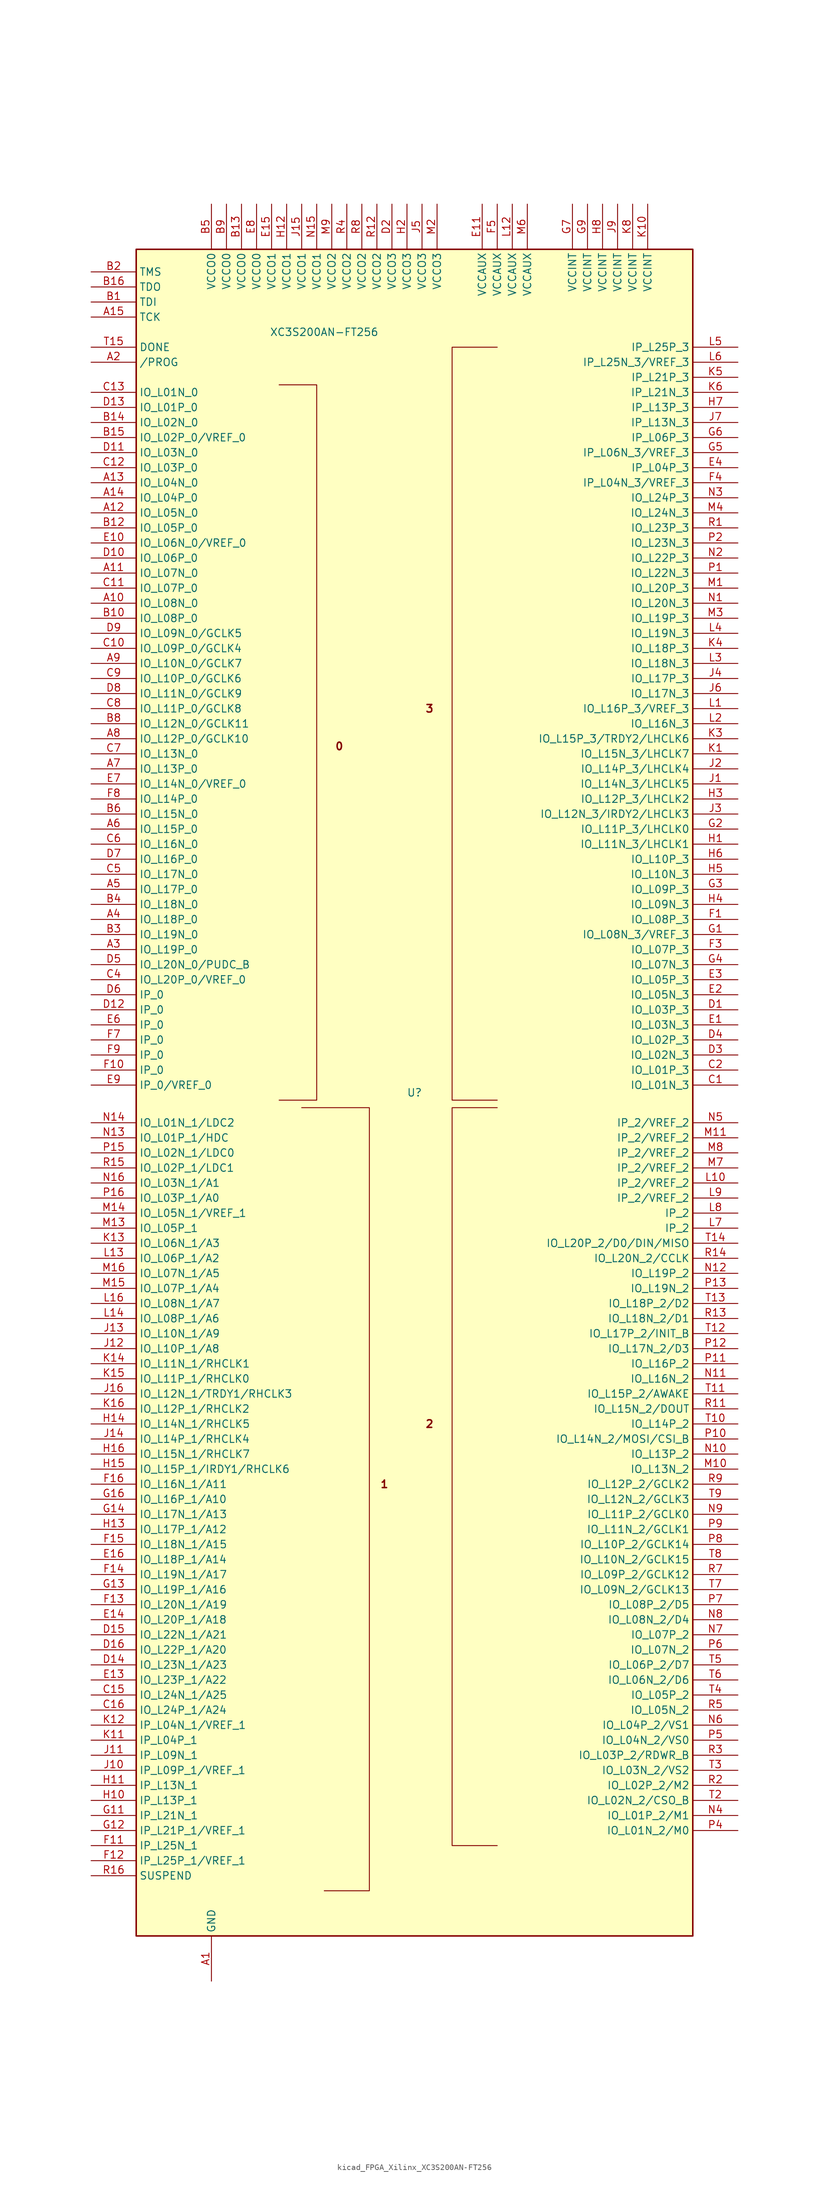
<source format=kicad_sym>
(kicad_symbol_lib
  (version 20220914)
  (generator kicad_symbol_editor)
  (symbol "kicad_FPGA_Xilinx_XC3S200AN-FT256"
    (property "Reference" "U"
      (at 0 0 0)
      (effects (font (size 1.27 1.27))))
    (property "Value" "XC3S200AN-FT256"
      (at -15.24 128.27 0)
      (effects (font (size 1.27 1.27))))
    (symbol "kicad_FPGA_Xilinx_XC3S200AN-FT256_0_0"
      (text "0" (at -12.7 58.42 0) (effects (font (size 1.27 1.27) bold)))
      (text "1" (at -5.08 -66.04 0) (effects (font (size 1.27 1.27) bold)))
      (text "2" (at 2.54 -55.88 0) (effects (font (size 1.27 1.27) bold)))
      (text "3" (at 2.54 64.77 0) (effects (font (size 1.27 1.27) bold))))
    (symbol "kicad_FPGA_Xilinx_XC3S200AN-FT256_0_1"
      (rectangle (start -46.99 142.24) (end 46.99 -142.24) (stroke (width 0.254) (type default)) (fill (type background)))
      (polyline (pts (xy -22.86 119.38) (xy -16.51 119.38) (xy -16.51 -1.27) (xy -22.86 -1.27) (xy -22.86 -1.27)) (stroke (width 0) (type default)) (fill (type none)))
      (polyline (pts (xy -19.05 -2.54) (xy -7.62 -2.54) (xy -7.62 -134.62) (xy -15.24 -134.62) (xy -15.24 -134.62)) (stroke (width 0) (type default)) (fill (type none)))
      (polyline (pts (xy 13.97 -2.54) (xy 6.35 -2.54) (xy 6.35 -127) (xy 13.97 -127) (xy 13.97 -127)) (stroke (width 0) (type default)) (fill (type none)))
      (polyline (pts (xy 13.97 125.73) (xy 6.35 125.73) (xy 6.35 -1.27) (xy 13.97 -1.27) (xy 13.97 -1.27)) (stroke (width 0) (type default)) (fill (type none))))
    (symbol "kicad_FPGA_Xilinx_XC3S200AN-FT256_1_1"
      (pin power_in line (at -34.29 -149.86 90) (length 7.62) (name "GND" (effects (font (size 1.27 1.27)))) (number "A1" (effects (font (size 1.27 1.27)))))
      (pin bidirectional line (at -54.61 82.55 0) (length 7.62) (name "IO_L08N_0" (effects (font (size 1.27 1.27)))) (number "A10" (effects (font (size 1.27 1.27)))))
      (pin bidirectional line (at -54.61 87.63 0) (length 7.62) (name "IO_L07N_0" (effects (font (size 1.27 1.27)))) (number "A11" (effects (font (size 1.27 1.27)))))
      (pin bidirectional line (at -54.61 97.79 0) (length 7.62) (name "IO_L05N_0" (effects (font (size 1.27 1.27)))) (number "A12" (effects (font (size 1.27 1.27)))))
      (pin bidirectional line (at -54.61 102.87 0) (length 7.62) (name "IO_L04N_0" (effects (font (size 1.27 1.27)))) (number "A13" (effects (font (size 1.27 1.27)))))
      (pin bidirectional line (at -54.61 100.33 0) (length 7.62) (name "IO_L04P_0" (effects (font (size 1.27 1.27)))) (number "A14" (effects (font (size 1.27 1.27)))))
      (pin input line (at -54.61 130.81 0) (length 7.62) (name "TCK" (effects (font (size 1.27 1.27)))) (number "A15" (effects (font (size 1.27 1.27)))))
      (pin passive line (at -34.29 -149.86 90) (length 7.62) hide (name "GND" (effects (font (size 1.27 1.27)))) (number "A16" (effects (font (size 1.27 1.27)))))
      (pin bidirectional line (at -54.61 123.19 0) (length 7.62) (name "/PROG" (effects (font (size 1.27 1.27)))) (number "A2" (effects (font (size 1.27 1.27)))))
      (pin bidirectional line (at -54.61 24.13 0) (length 7.62) (name "IO_L19P_0" (effects (font (size 1.27 1.27)))) (number "A3" (effects (font (size 1.27 1.27)))))
      (pin bidirectional line (at -54.61 29.21 0) (length 7.62) (name "IO_L18P_0" (effects (font (size 1.27 1.27)))) (number "A4" (effects (font (size 1.27 1.27)))))
      (pin bidirectional line (at -54.61 34.29 0) (length 7.62) (name "IO_L17P_0" (effects (font (size 1.27 1.27)))) (number "A5" (effects (font (size 1.27 1.27)))))
      (pin bidirectional line (at -54.61 44.45 0) (length 7.62) (name "IO_L15P_0" (effects (font (size 1.27 1.27)))) (number "A6" (effects (font (size 1.27 1.27)))))
      (pin bidirectional line (at -54.61 54.61 0) (length 7.62) (name "IO_L13P_0" (effects (font (size 1.27 1.27)))) (number "A7" (effects (font (size 1.27 1.27)))))
      (pin bidirectional line (at -54.61 59.69 0) (length 7.62) (name "IO_L12P_0/GCLK10" (effects (font (size 1.27 1.27)))) (number "A8" (effects (font (size 1.27 1.27)))))
      (pin bidirectional line (at -54.61 72.39 0) (length 7.62) (name "IO_L10N_0/GCLK7" (effects (font (size 1.27 1.27)))) (number "A9" (effects (font (size 1.27 1.27)))))
      (pin input line (at -54.61 133.35 0) (length 7.62) (name "TDI" (effects (font (size 1.27 1.27)))) (number "B1" (effects (font (size 1.27 1.27)))))
      (pin bidirectional line (at -54.61 80.01 0) (length 7.62) (name "IO_L08P_0" (effects (font (size 1.27 1.27)))) (number "B10" (effects (font (size 1.27 1.27)))))
      (pin passive line (at -34.29 -149.86 90) (length 7.62) hide (name "GND" (effects (font (size 1.27 1.27)))) (number "B11" (effects (font (size 1.27 1.27)))))
      (pin bidirectional line (at -54.61 95.25 0) (length 7.62) (name "IO_L05P_0" (effects (font (size 1.27 1.27)))) (number "B12" (effects (font (size 1.27 1.27)))))
      (pin power_in line (at -29.21 149.86 270) (length 7.62) (name "VCCO0" (effects (font (size 1.27 1.27)))) (number "B13" (effects (font (size 1.27 1.27)))))
      (pin bidirectional line (at -54.61 113.03 0) (length 7.62) (name "IO_L02N_0" (effects (font (size 1.27 1.27)))) (number "B14" (effects (font (size 1.27 1.27)))))
      (pin bidirectional line (at -54.61 110.49 0) (length 7.62) (name "IO_L02P_0/VREF_0" (effects (font (size 1.27 1.27)))) (number "B15" (effects (font (size 1.27 1.27)))))
      (pin output line (at -54.61 135.89 0) (length 7.62) (name "TDO" (effects (font (size 1.27 1.27)))) (number "B16" (effects (font (size 1.27 1.27)))))
      (pin input line (at -54.61 138.43 0) (length 7.62) (name "TMS" (effects (font (size 1.27 1.27)))) (number "B2" (effects (font (size 1.27 1.27)))))
      (pin bidirectional line (at -54.61 26.67 0) (length 7.62) (name "IO_L19N_0" (effects (font (size 1.27 1.27)))) (number "B3" (effects (font (size 1.27 1.27)))))
      (pin bidirectional line (at -54.61 31.75 0) (length 7.62) (name "IO_L18N_0" (effects (font (size 1.27 1.27)))) (number "B4" (effects (font (size 1.27 1.27)))))
      (pin power_in line (at -34.29 149.86 270) (length 7.62) (name "VCCO0" (effects (font (size 1.27 1.27)))) (number "B5" (effects (font (size 1.27 1.27)))))
      (pin bidirectional line (at -54.61 46.99 0) (length 7.62) (name "IO_L15N_0" (effects (font (size 1.27 1.27)))) (number "B6" (effects (font (size 1.27 1.27)))))
      (pin passive line (at -34.29 -149.86 90) (length 7.62) hide (name "GND" (effects (font (size 1.27 1.27)))) (number "B7" (effects (font (size 1.27 1.27)))))
      (pin bidirectional line (at -54.61 62.23 0) (length 7.62) (name "IO_L12N_0/GCLK11" (effects (font (size 1.27 1.27)))) (number "B8" (effects (font (size 1.27 1.27)))))
      (pin power_in line (at -31.75 149.86 270) (length 7.62) (name "VCCO0" (effects (font (size 1.27 1.27)))) (number "B9" (effects (font (size 1.27 1.27)))))
      (pin bidirectional line (at 54.61 1.27 180) (length 7.62) (name "IO_L01N_3" (effects (font (size 1.27 1.27)))) (number "C1" (effects (font (size 1.27 1.27)))))
      (pin bidirectional line (at -54.61 74.93 0) (length 7.62) (name "IO_L09P_0/GCLK4" (effects (font (size 1.27 1.27)))) (number "C10" (effects (font (size 1.27 1.27)))))
      (pin bidirectional line (at -54.61 85.09 0) (length 7.62) (name "IO_L07P_0" (effects (font (size 1.27 1.27)))) (number "C11" (effects (font (size 1.27 1.27)))))
      (pin bidirectional line (at -54.61 105.41 0) (length 7.62) (name "IO_L03P_0" (effects (font (size 1.27 1.27)))) (number "C12" (effects (font (size 1.27 1.27)))))
      (pin bidirectional line (at -54.61 118.11 0) (length 7.62) (name "IO_L01N_0" (effects (font (size 1.27 1.27)))) (number "C13" (effects (font (size 1.27 1.27)))))
      (pin passive line (at -34.29 -149.86 90) (length 7.62) hide (name "GND" (effects (font (size 1.27 1.27)))) (number "C14" (effects (font (size 1.27 1.27)))))
      (pin bidirectional line (at -54.61 -101.6 0) (length 7.62) (name "IO_L24N_1/A25" (effects (font (size 1.27 1.27)))) (number "C15" (effects (font (size 1.27 1.27)))))
      (pin bidirectional line (at -54.61 -104.14 0) (length 7.62) (name "IO_L24P_1/A24" (effects (font (size 1.27 1.27)))) (number "C16" (effects (font (size 1.27 1.27)))))
      (pin bidirectional line (at 54.61 3.81 180) (length 7.62) (name "IO_L01P_3" (effects (font (size 1.27 1.27)))) (number "C2" (effects (font (size 1.27 1.27)))))
      (pin passive line (at -34.29 -149.86 90) (length 7.62) hide (name "GND" (effects (font (size 1.27 1.27)))) (number "C3" (effects (font (size 1.27 1.27)))))
      (pin bidirectional line (at -54.61 19.05 0) (length 7.62) (name "IO_L20P_0/VREF_0" (effects (font (size 1.27 1.27)))) (number "C4" (effects (font (size 1.27 1.27)))))
      (pin bidirectional line (at -54.61 36.83 0) (length 7.62) (name "IO_L17N_0" (effects (font (size 1.27 1.27)))) (number "C5" (effects (font (size 1.27 1.27)))))
      (pin bidirectional line (at -54.61 41.91 0) (length 7.62) (name "IO_L16N_0" (effects (font (size 1.27 1.27)))) (number "C6" (effects (font (size 1.27 1.27)))))
      (pin bidirectional line (at -54.61 57.15 0) (length 7.62) (name "IO_L13N_0" (effects (font (size 1.27 1.27)))) (number "C7" (effects (font (size 1.27 1.27)))))
      (pin bidirectional line (at -54.61 64.77 0) (length 7.62) (name "IO_L11P_0/GCLK8" (effects (font (size 1.27 1.27)))) (number "C8" (effects (font (size 1.27 1.27)))))
      (pin bidirectional line (at -54.61 69.85 0) (length 7.62) (name "IO_L10P_0/GCLK6" (effects (font (size 1.27 1.27)))) (number "C9" (effects (font (size 1.27 1.27)))))
      (pin bidirectional line (at 54.61 13.97 180) (length 7.62) (name "IO_L03P_3" (effects (font (size 1.27 1.27)))) (number "D1" (effects (font (size 1.27 1.27)))))
      (pin bidirectional line (at -54.61 90.17 0) (length 7.62) (name "IO_L06P_0" (effects (font (size 1.27 1.27)))) (number "D10" (effects (font (size 1.27 1.27)))))
      (pin bidirectional line (at -54.61 107.95 0) (length 7.62) (name "IO_L03N_0" (effects (font (size 1.27 1.27)))) (number "D11" (effects (font (size 1.27 1.27)))))
      (pin input line (at -54.61 13.97 0) (length 7.62) (name "IP_0" (effects (font (size 1.27 1.27)))) (number "D12" (effects (font (size 1.27 1.27)))))
      (pin bidirectional line (at -54.61 115.57 0) (length 7.62) (name "IO_L01P_0" (effects (font (size 1.27 1.27)))) (number "D13" (effects (font (size 1.27 1.27)))))
      (pin bidirectional line (at -54.61 -96.52 0) (length 7.62) (name "IO_L23N_1/A23" (effects (font (size 1.27 1.27)))) (number "D14" (effects (font (size 1.27 1.27)))))
      (pin bidirectional line (at -54.61 -91.44 0) (length 7.62) (name "IO_L22N_1/A21" (effects (font (size 1.27 1.27)))) (number "D15" (effects (font (size 1.27 1.27)))))
      (pin bidirectional line (at -54.61 -93.98 0) (length 7.62) (name "IO_L22P_1/A20" (effects (font (size 1.27 1.27)))) (number "D16" (effects (font (size 1.27 1.27)))))
      (pin passive line (at -3.81 149.86 270) (length 7.62) (name "VCCO3" (effects (font (size 1.27 1.27)))) (number "D2" (effects (font (size 1.27 1.27)))))
      (pin bidirectional line (at 54.61 6.35 180) (length 7.62) (name "IO_L02N_3" (effects (font (size 1.27 1.27)))) (number "D3" (effects (font (size 1.27 1.27)))))
      (pin bidirectional line (at 54.61 8.89 180) (length 7.62) (name "IO_L02P_3" (effects (font (size 1.27 1.27)))) (number "D4" (effects (font (size 1.27 1.27)))))
      (pin bidirectional line (at -54.61 21.59 0) (length 7.62) (name "IO_L20N_0/PUDC_B" (effects (font (size 1.27 1.27)))) (number "D5" (effects (font (size 1.27 1.27)))))
      (pin input line (at -54.61 16.51 0) (length 7.62) (name "IP_0" (effects (font (size 1.27 1.27)))) (number "D6" (effects (font (size 1.27 1.27)))))
      (pin bidirectional line (at -54.61 39.37 0) (length 7.62) (name "IO_L16P_0" (effects (font (size 1.27 1.27)))) (number "D7" (effects (font (size 1.27 1.27)))))
      (pin bidirectional line (at -54.61 67.31 0) (length 7.62) (name "IO_L11N_0/GCLK9" (effects (font (size 1.27 1.27)))) (number "D8" (effects (font (size 1.27 1.27)))))
      (pin bidirectional line (at -54.61 77.47 0) (length 7.62) (name "IO_L09N_0/GCLK5" (effects (font (size 1.27 1.27)))) (number "D9" (effects (font (size 1.27 1.27)))))
      (pin bidirectional line (at 54.61 11.43 180) (length 7.62) (name "IO_L03N_3" (effects (font (size 1.27 1.27)))) (number "E1" (effects (font (size 1.27 1.27)))))
      (pin bidirectional line (at -54.61 92.71 0) (length 7.62) (name "IO_L06N_0/VREF_0" (effects (font (size 1.27 1.27)))) (number "E10" (effects (font (size 1.27 1.27)))))
      (pin power_in line (at 11.43 149.86 270) (length 7.62) (name "VCCAUX" (effects (font (size 1.27 1.27)))) (number "E11" (effects (font (size 1.27 1.27)))))
      (pin passive line (at -34.29 -149.86 90) (length 7.62) hide (name "GND" (effects (font (size 1.27 1.27)))) (number "E12" (effects (font (size 1.27 1.27)))))
      (pin bidirectional line (at -54.61 -99.06 0) (length 7.62) (name "IO_L23P_1/A22" (effects (font (size 1.27 1.27)))) (number "E13" (effects (font (size 1.27 1.27)))))
      (pin bidirectional line (at -54.61 -88.9 0) (length 7.62) (name "IO_L20P_1/A18" (effects (font (size 1.27 1.27)))) (number "E14" (effects (font (size 1.27 1.27)))))
      (pin power_in line (at -24.13 149.86 270) (length 7.62) (name "VCCO1" (effects (font (size 1.27 1.27)))) (number "E15" (effects (font (size 1.27 1.27)))))
      (pin bidirectional line (at -54.61 -78.74 0) (length 7.62) (name "IO_L18P_1/A14" (effects (font (size 1.27 1.27)))) (number "E16" (effects (font (size 1.27 1.27)))))
      (pin bidirectional line (at 54.61 16.51 180) (length 7.62) (name "IO_L05N_3" (effects (font (size 1.27 1.27)))) (number "E2" (effects (font (size 1.27 1.27)))))
      (pin bidirectional line (at 54.61 19.05 180) (length 7.62) (name "IO_L05P_3" (effects (font (size 1.27 1.27)))) (number "E3" (effects (font (size 1.27 1.27)))))
      (pin input line (at 54.61 105.41 180) (length 7.62) (name "IP_L04P_3" (effects (font (size 1.27 1.27)))) (number "E4" (effects (font (size 1.27 1.27)))))
      (pin passive line (at -34.29 -149.86 90) (length 7.62) hide (name "GND" (effects (font (size 1.27 1.27)))) (number "E5" (effects (font (size 1.27 1.27)))))
      (pin input line (at -54.61 11.43 0) (length 7.62) (name "IP_0" (effects (font (size 1.27 1.27)))) (number "E6" (effects (font (size 1.27 1.27)))))
      (pin bidirectional line (at -54.61 52.07 0) (length 7.62) (name "IO_L14N_0/VREF_0" (effects (font (size 1.27 1.27)))) (number "E7" (effects (font (size 1.27 1.27)))))
      (pin power_in line (at -26.67 149.86 270) (length 7.62) (name "VCCO0" (effects (font (size 1.27 1.27)))) (number "E8" (effects (font (size 1.27 1.27)))))
      (pin input line (at -54.61 1.27 0) (length 7.62) (name "IP_0/VREF_0" (effects (font (size 1.27 1.27)))) (number "E9" (effects (font (size 1.27 1.27)))))
      (pin bidirectional line (at 54.61 29.21 180) (length 7.62) (name "IO_L08P_3" (effects (font (size 1.27 1.27)))) (number "F1" (effects (font (size 1.27 1.27)))))
      (pin input line (at -54.61 3.81 0) (length 7.62) (name "IP_0" (effects (font (size 1.27 1.27)))) (number "F10" (effects (font (size 1.27 1.27)))))
      (pin input line (at -54.61 -127 0) (length 7.62) (name "IP_L25N_1" (effects (font (size 1.27 1.27)))) (number "F11" (effects (font (size 1.27 1.27)))))
      (pin input line (at -54.61 -129.54 0) (length 7.62) (name "IP_L25P_1/VREF_1" (effects (font (size 1.27 1.27)))) (number "F12" (effects (font (size 1.27 1.27)))))
      (pin bidirectional line (at -54.61 -86.36 0) (length 7.62) (name "IO_L20N_1/A19" (effects (font (size 1.27 1.27)))) (number "F13" (effects (font (size 1.27 1.27)))))
      (pin bidirectional line (at -54.61 -81.28 0) (length 7.62) (name "IO_L19N_1/A17" (effects (font (size 1.27 1.27)))) (number "F14" (effects (font (size 1.27 1.27)))))
      (pin bidirectional line (at -54.61 -76.2 0) (length 7.62) (name "IO_L18N_1/A15" (effects (font (size 1.27 1.27)))) (number "F15" (effects (font (size 1.27 1.27)))))
      (pin bidirectional line (at -54.61 -66.04 0) (length 7.62) (name "IO_L16N_1/A11" (effects (font (size 1.27 1.27)))) (number "F16" (effects (font (size 1.27 1.27)))))
      (pin passive line (at -34.29 -149.86 90) (length 7.62) hide (name "GND" (effects (font (size 1.27 1.27)))) (number "F2" (effects (font (size 1.27 1.27)))))
      (pin bidirectional line (at 54.61 24.13 180) (length 7.62) (name "IO_L07P_3" (effects (font (size 1.27 1.27)))) (number "F3" (effects (font (size 1.27 1.27)))))
      (pin input line (at 54.61 102.87 180) (length 7.62) (name "IP_L04N_3/VREF_3" (effects (font (size 1.27 1.27)))) (number "F4" (effects (font (size 1.27 1.27)))))
      (pin power_in line (at 13.97 149.86 270) (length 7.62) (name "VCCAUX" (effects (font (size 1.27 1.27)))) (number "F5" (effects (font (size 1.27 1.27)))))
      (pin passive line (at -34.29 -149.86 90) (length 7.62) hide (name "GND" (effects (font (size 1.27 1.27)))) (number "F6" (effects (font (size 1.27 1.27)))))
      (pin input line (at -54.61 8.89 0) (length 7.62) (name "IP_0" (effects (font (size 1.27 1.27)))) (number "F7" (effects (font (size 1.27 1.27)))))
      (pin bidirectional line (at -54.61 49.53 0) (length 7.62) (name "IO_L14P_0" (effects (font (size 1.27 1.27)))) (number "F8" (effects (font (size 1.27 1.27)))))
      (pin input line (at -54.61 6.35 0) (length 7.62) (name "IP_0" (effects (font (size 1.27 1.27)))) (number "F9" (effects (font (size 1.27 1.27)))))
      (pin bidirectional line (at 54.61 26.67 180) (length 7.62) (name "IO_L08N_3/VREF_3" (effects (font (size 1.27 1.27)))) (number "G1" (effects (font (size 1.27 1.27)))))
      (pin passive line (at -34.29 -149.86 90) (length 7.62) hide (name "GND" (effects (font (size 1.27 1.27)))) (number "G10" (effects (font (size 1.27 1.27)))))
      (pin input line (at -54.61 -121.92 0) (length 7.62) (name "IP_L21N_1" (effects (font (size 1.27 1.27)))) (number "G11" (effects (font (size 1.27 1.27)))))
      (pin input line (at -54.61 -124.46 0) (length 7.62) (name "IP_L21P_1/VREF_1" (effects (font (size 1.27 1.27)))) (number "G12" (effects (font (size 1.27 1.27)))))
      (pin bidirectional line (at -54.61 -83.82 0) (length 7.62) (name "IO_L19P_1/A16" (effects (font (size 1.27 1.27)))) (number "G13" (effects (font (size 1.27 1.27)))))
      (pin bidirectional line (at -54.61 -71.12 0) (length 7.62) (name "IO_L17N_1/A13" (effects (font (size 1.27 1.27)))) (number "G14" (effects (font (size 1.27 1.27)))))
      (pin passive line (at -34.29 -149.86 90) (length 7.62) hide (name "GND" (effects (font (size 1.27 1.27)))) (number "G15" (effects (font (size 1.27 1.27)))))
      (pin bidirectional line (at -54.61 -68.58 0) (length 7.62) (name "IO_L16P_1/A10" (effects (font (size 1.27 1.27)))) (number "G16" (effects (font (size 1.27 1.27)))))
      (pin bidirectional line (at 54.61 44.45 180) (length 7.62) (name "IO_L11P_3/LHCLK0" (effects (font (size 1.27 1.27)))) (number "G2" (effects (font (size 1.27 1.27)))))
      (pin bidirectional line (at 54.61 34.29 180) (length 7.62) (name "IO_L09P_3" (effects (font (size 1.27 1.27)))) (number "G3" (effects (font (size 1.27 1.27)))))
      (pin bidirectional line (at 54.61 21.59 180) (length 7.62) (name "IO_L07N_3" (effects (font (size 1.27 1.27)))) (number "G4" (effects (font (size 1.27 1.27)))))
      (pin input line (at 54.61 107.95 180) (length 7.62) (name "IP_L06N_3/VREF_3" (effects (font (size 1.27 1.27)))) (number "G5" (effects (font (size 1.27 1.27)))))
      (pin input line (at 54.61 110.49 180) (length 7.62) (name "IP_L06P_3" (effects (font (size 1.27 1.27)))) (number "G6" (effects (font (size 1.27 1.27)))))
      (pin power_in line (at 26.67 149.86 270) (length 7.62) (name "VCCINT" (effects (font (size 1.27 1.27)))) (number "G7" (effects (font (size 1.27 1.27)))))
      (pin passive line (at -34.29 -149.86 90) (length 7.62) hide (name "GND" (effects (font (size 1.27 1.27)))) (number "G8" (effects (font (size 1.27 1.27)))))
      (pin power_in line (at 29.21 149.86 270) (length 7.62) (name "VCCINT" (effects (font (size 1.27 1.27)))) (number "G9" (effects (font (size 1.27 1.27)))))
      (pin bidirectional line (at 54.61 41.91 180) (length 7.62) (name "IO_L11N_3/LHCLK1" (effects (font (size 1.27 1.27)))) (number "H1" (effects (font (size 1.27 1.27)))))
      (pin input line (at -54.61 -119.38 0) (length 7.62) (name "IP_L13P_1" (effects (font (size 1.27 1.27)))) (number "H10" (effects (font (size 1.27 1.27)))))
      (pin input line (at -54.61 -116.84 0) (length 7.62) (name "IP_L13N_1" (effects (font (size 1.27 1.27)))) (number "H11" (effects (font (size 1.27 1.27)))))
      (pin power_in line (at -21.59 149.86 270) (length 7.62) (name "VCCO1" (effects (font (size 1.27 1.27)))) (number "H12" (effects (font (size 1.27 1.27)))))
      (pin bidirectional line (at -54.61 -73.66 0) (length 7.62) (name "IO_L17P_1/A12" (effects (font (size 1.27 1.27)))) (number "H13" (effects (font (size 1.27 1.27)))))
      (pin bidirectional line (at -54.61 -55.88 0) (length 7.62) (name "IO_L14N_1/RHCLK5" (effects (font (size 1.27 1.27)))) (number "H14" (effects (font (size 1.27 1.27)))))
      (pin bidirectional line (at -54.61 -63.5 0) (length 7.62) (name "IO_L15P_1/IRDY1/RHCLK6" (effects (font (size 1.27 1.27)))) (number "H15" (effects (font (size 1.27 1.27)))))
      (pin bidirectional line (at -54.61 -60.96 0) (length 7.62) (name "IO_L15N_1/RHCLK7" (effects (font (size 1.27 1.27)))) (number "H16" (effects (font (size 1.27 1.27)))))
      (pin power_in line (at -1.27 149.86 270) (length 7.62) (name "VCCO3" (effects (font (size 1.27 1.27)))) (number "H2" (effects (font (size 1.27 1.27)))))
      (pin bidirectional line (at 54.61 49.53 180) (length 7.62) (name "IO_L12P_3/LHCLK2" (effects (font (size 1.27 1.27)))) (number "H3" (effects (font (size 1.27 1.27)))))
      (pin bidirectional line (at 54.61 31.75 180) (length 7.62) (name "IO_L09N_3" (effects (font (size 1.27 1.27)))) (number "H4" (effects (font (size 1.27 1.27)))))
      (pin bidirectional line (at 54.61 36.83 180) (length 7.62) (name "IO_L10N_3" (effects (font (size 1.27 1.27)))) (number "H5" (effects (font (size 1.27 1.27)))))
      (pin bidirectional line (at 54.61 39.37 180) (length 7.62) (name "IO_L10P_3" (effects (font (size 1.27 1.27)))) (number "H6" (effects (font (size 1.27 1.27)))))
      (pin input line (at 54.61 115.57 180) (length 7.62) (name "IP_L13P_3" (effects (font (size 1.27 1.27)))) (number "H7" (effects (font (size 1.27 1.27)))))
      (pin power_in line (at 31.75 149.86 270) (length 7.62) (name "VCCINT" (effects (font (size 1.27 1.27)))) (number "H8" (effects (font (size 1.27 1.27)))))
      (pin passive line (at -34.29 -149.86 90) (length 7.62) hide (name "GND" (effects (font (size 1.27 1.27)))) (number "H9" (effects (font (size 1.27 1.27)))))
      (pin bidirectional line (at 54.61 52.07 180) (length 7.62) (name "IO_L14N_3/LHCLK5" (effects (font (size 1.27 1.27)))) (number "J1" (effects (font (size 1.27 1.27)))))
      (pin input line (at -54.61 -114.3 0) (length 7.62) (name "IP_L09P_1/VREF_1" (effects (font (size 1.27 1.27)))) (number "J10" (effects (font (size 1.27 1.27)))))
      (pin input line (at -54.61 -111.76 0) (length 7.62) (name "IP_L09N_1" (effects (font (size 1.27 1.27)))) (number "J11" (effects (font (size 1.27 1.27)))))
      (pin bidirectional line (at -54.61 -43.18 0) (length 7.62) (name "IO_L10P_1/A8" (effects (font (size 1.27 1.27)))) (number "J12" (effects (font (size 1.27 1.27)))))
      (pin bidirectional line (at -54.61 -40.64 0) (length 7.62) (name "IO_L10N_1/A9" (effects (font (size 1.27 1.27)))) (number "J13" (effects (font (size 1.27 1.27)))))
      (pin bidirectional line (at -54.61 -58.42 0) (length 7.62) (name "IO_L14P_1/RHCLK4" (effects (font (size 1.27 1.27)))) (number "J14" (effects (font (size 1.27 1.27)))))
      (pin power_in line (at -19.05 149.86 270) (length 7.62) (name "VCCO1" (effects (font (size 1.27 1.27)))) (number "J15" (effects (font (size 1.27 1.27)))))
      (pin bidirectional line (at -54.61 -50.8 0) (length 7.62) (name "IO_L12N_1/TRDY1/RHCLK3" (effects (font (size 1.27 1.27)))) (number "J16" (effects (font (size 1.27 1.27)))))
      (pin bidirectional line (at 54.61 54.61 180) (length 7.62) (name "IO_L14P_3/LHCLK4" (effects (font (size 1.27 1.27)))) (number "J2" (effects (font (size 1.27 1.27)))))
      (pin bidirectional line (at 54.61 46.99 180) (length 7.62) (name "IO_L12N_3/IRDY2/LHCLK3" (effects (font (size 1.27 1.27)))) (number "J3" (effects (font (size 1.27 1.27)))))
      (pin bidirectional line (at 54.61 69.85 180) (length 7.62) (name "IO_L17P_3" (effects (font (size 1.27 1.27)))) (number "J4" (effects (font (size 1.27 1.27)))))
      (pin power_in line (at 1.27 149.86 270) (length 7.62) (name "VCCO3" (effects (font (size 1.27 1.27)))) (number "J5" (effects (font (size 1.27 1.27)))))
      (pin bidirectional line (at 54.61 67.31 180) (length 7.62) (name "IO_L17N_3" (effects (font (size 1.27 1.27)))) (number "J6" (effects (font (size 1.27 1.27)))))
      (pin input line (at 54.61 113.03 180) (length 7.62) (name "IP_L13N_3" (effects (font (size 1.27 1.27)))) (number "J7" (effects (font (size 1.27 1.27)))))
      (pin passive line (at -34.29 -149.86 90) (length 7.62) hide (name "GND" (effects (font (size 1.27 1.27)))) (number "J8" (effects (font (size 1.27 1.27)))))
      (pin power_in line (at 34.29 149.86 270) (length 7.62) (name "VCCINT" (effects (font (size 1.27 1.27)))) (number "J9" (effects (font (size 1.27 1.27)))))
      (pin bidirectional line (at 54.61 57.15 180) (length 7.62) (name "IO_L15N_3/LHCLK7" (effects (font (size 1.27 1.27)))) (number "K1" (effects (font (size 1.27 1.27)))))
      (pin power_in line (at 39.37 149.86 270) (length 7.62) (name "VCCINT" (effects (font (size 1.27 1.27)))) (number "K10" (effects (font (size 1.27 1.27)))))
      (pin input line (at -54.61 -109.22 0) (length 7.62) (name "IP_L04P_1" (effects (font (size 1.27 1.27)))) (number "K11" (effects (font (size 1.27 1.27)))))
      (pin input line (at -54.61 -106.68 0) (length 7.62) (name "IP_L04N_1/VREF_1" (effects (font (size 1.27 1.27)))) (number "K12" (effects (font (size 1.27 1.27)))))
      (pin bidirectional line (at -54.61 -25.4 0) (length 7.62) (name "IO_L06N_1/A3" (effects (font (size 1.27 1.27)))) (number "K13" (effects (font (size 1.27 1.27)))))
      (pin bidirectional line (at -54.61 -45.72 0) (length 7.62) (name "IO_L11N_1/RHCLK1" (effects (font (size 1.27 1.27)))) (number "K14" (effects (font (size 1.27 1.27)))))
      (pin bidirectional line (at -54.61 -48.26 0) (length 7.62) (name "IO_L11P_1/RHCLK0" (effects (font (size 1.27 1.27)))) (number "K15" (effects (font (size 1.27 1.27)))))
      (pin bidirectional line (at -54.61 -53.34 0) (length 7.62) (name "IO_L12P_1/RHCLK2" (effects (font (size 1.27 1.27)))) (number "K16" (effects (font (size 1.27 1.27)))))
      (pin passive line (at -34.29 -149.86 90) (length 7.62) hide (name "GND" (effects (font (size 1.27 1.27)))) (number "K2" (effects (font (size 1.27 1.27)))))
      (pin bidirectional line (at 54.61 59.69 180) (length 7.62) (name "IO_L15P_3/TRDY2/LHCLK6" (effects (font (size 1.27 1.27)))) (number "K3" (effects (font (size 1.27 1.27)))))
      (pin bidirectional line (at 54.61 74.93 180) (length 7.62) (name "IO_L18P_3" (effects (font (size 1.27 1.27)))) (number "K4" (effects (font (size 1.27 1.27)))))
      (pin input line (at 54.61 120.65 180) (length 7.62) (name "IP_L21P_3" (effects (font (size 1.27 1.27)))) (number "K5" (effects (font (size 1.27 1.27)))))
      (pin input line (at 54.61 118.11 180) (length 7.62) (name "IP_L21N_3" (effects (font (size 1.27 1.27)))) (number "K6" (effects (font (size 1.27 1.27)))))
      (pin passive line (at -34.29 -149.86 90) (length 7.62) hide (name "GND" (effects (font (size 1.27 1.27)))) (number "K7" (effects (font (size 1.27 1.27)))))
      (pin power_in line (at 36.83 149.86 270) (length 7.62) (name "VCCINT" (effects (font (size 1.27 1.27)))) (number "K8" (effects (font (size 1.27 1.27)))))
      (pin passive line (at -34.29 -149.86 90) (length 7.62) hide (name "GND" (effects (font (size 1.27 1.27)))) (number "K9" (effects (font (size 1.27 1.27)))))
      (pin bidirectional line (at 54.61 64.77 180) (length 7.62) (name "IO_L16P_3/VREF_3" (effects (font (size 1.27 1.27)))) (number "L1" (effects (font (size 1.27 1.27)))))
      (pin input line (at 54.61 -15.24 180) (length 7.62) (name "IP_2/VREF_2" (effects (font (size 1.27 1.27)))) (number "L10" (effects (font (size 1.27 1.27)))))
      (pin passive line (at -34.29 -149.86 90) (length 7.62) hide (name "GND" (effects (font (size 1.27 1.27)))) (number "L11" (effects (font (size 1.27 1.27)))))
      (pin power_in line (at 16.51 149.86 270) (length 7.62) (name "VCCAUX" (effects (font (size 1.27 1.27)))) (number "L12" (effects (font (size 1.27 1.27)))))
      (pin bidirectional line (at -54.61 -27.94 0) (length 7.62) (name "IO_L06P_1/A2" (effects (font (size 1.27 1.27)))) (number "L13" (effects (font (size 1.27 1.27)))))
      (pin bidirectional line (at -54.61 -38.1 0) (length 7.62) (name "IO_L08P_1/A6" (effects (font (size 1.27 1.27)))) (number "L14" (effects (font (size 1.27 1.27)))))
      (pin passive line (at -34.29 -149.86 90) (length 7.62) hide (name "GND" (effects (font (size 1.27 1.27)))) (number "L15" (effects (font (size 1.27 1.27)))))
      (pin bidirectional line (at -54.61 -35.56 0) (length 7.62) (name "IO_L08N_1/A7" (effects (font (size 1.27 1.27)))) (number "L16" (effects (font (size 1.27 1.27)))))
      (pin bidirectional line (at 54.61 62.23 180) (length 7.62) (name "IO_L16N_3" (effects (font (size 1.27 1.27)))) (number "L2" (effects (font (size 1.27 1.27)))))
      (pin bidirectional line (at 54.61 72.39 180) (length 7.62) (name "IO_L18N_3" (effects (font (size 1.27 1.27)))) (number "L3" (effects (font (size 1.27 1.27)))))
      (pin bidirectional line (at 54.61 77.47 180) (length 7.62) (name "IO_L19N_3" (effects (font (size 1.27 1.27)))) (number "L4" (effects (font (size 1.27 1.27)))))
      (pin input line (at 54.61 125.73 180) (length 7.62) (name "IP_L25P_3" (effects (font (size 1.27 1.27)))) (number "L5" (effects (font (size 1.27 1.27)))))
      (pin input line (at 54.61 123.19 180) (length 7.62) (name "IP_L25N_3/VREF_3" (effects (font (size 1.27 1.27)))) (number "L6" (effects (font (size 1.27 1.27)))))
      (pin input line (at 54.61 -22.86 180) (length 7.62) (name "IP_2" (effects (font (size 1.27 1.27)))) (number "L7" (effects (font (size 1.27 1.27)))))
      (pin input line (at 54.61 -20.32 180) (length 7.62) (name "IP_2" (effects (font (size 1.27 1.27)))) (number "L8" (effects (font (size 1.27 1.27)))))
      (pin input line (at 54.61 -17.78 180) (length 7.62) (name "IP_2/VREF_2" (effects (font (size 1.27 1.27)))) (number "L9" (effects (font (size 1.27 1.27)))))
      (pin bidirectional line (at 54.61 85.09 180) (length 7.62) (name "IO_L20P_3" (effects (font (size 1.27 1.27)))) (number "M1" (effects (font (size 1.27 1.27)))))
      (pin bidirectional line (at 54.61 -63.5 180) (length 7.62) (name "IO_L13N_2" (effects (font (size 1.27 1.27)))) (number "M10" (effects (font (size 1.27 1.27)))))
      (pin input line (at 54.61 -7.62 180) (length 7.62) (name "IP_2/VREF_2" (effects (font (size 1.27 1.27)))) (number "M11" (effects (font (size 1.27 1.27)))))
      (pin passive line (at -34.29 -149.86 90) (length 7.62) hide (name "GND" (effects (font (size 1.27 1.27)))) (number "M12" (effects (font (size 1.27 1.27)))))
      (pin bidirectional line (at -54.61 -22.86 0) (length 7.62) (name "IO_L05P_1" (effects (font (size 1.27 1.27)))) (number "M13" (effects (font (size 1.27 1.27)))))
      (pin bidirectional line (at -54.61 -20.32 0) (length 7.62) (name "IO_L05N_1/VREF_1" (effects (font (size 1.27 1.27)))) (number "M14" (effects (font (size 1.27 1.27)))))
      (pin bidirectional line (at -54.61 -33.02 0) (length 7.62) (name "IO_L07P_1/A4" (effects (font (size 1.27 1.27)))) (number "M15" (effects (font (size 1.27 1.27)))))
      (pin bidirectional line (at -54.61 -30.48 0) (length 7.62) (name "IO_L07N_1/A5" (effects (font (size 1.27 1.27)))) (number "M16" (effects (font (size 1.27 1.27)))))
      (pin power_in line (at 3.81 149.86 270) (length 7.62) (name "VCCO3" (effects (font (size 1.27 1.27)))) (number "M2" (effects (font (size 1.27 1.27)))))
      (pin bidirectional line (at 54.61 80.01 180) (length 7.62) (name "IO_L19P_3" (effects (font (size 1.27 1.27)))) (number "M3" (effects (font (size 1.27 1.27)))))
      (pin bidirectional line (at 54.61 97.79 180) (length 7.62) (name "IO_L24N_3" (effects (font (size 1.27 1.27)))) (number "M4" (effects (font (size 1.27 1.27)))))
      (pin passive line (at -34.29 -149.86 90) (length 7.62) hide (name "GND" (effects (font (size 1.27 1.27)))) (number "M5" (effects (font (size 1.27 1.27)))))
      (pin power_in line (at 19.05 149.86 270) (length 7.62) (name "VCCAUX" (effects (font (size 1.27 1.27)))) (number "M6" (effects (font (size 1.27 1.27)))))
      (pin input line (at 54.61 -12.7 180) (length 7.62) (name "IP_2/VREF_2" (effects (font (size 1.27 1.27)))) (number "M7" (effects (font (size 1.27 1.27)))))
      (pin input line (at 54.61 -10.16 180) (length 7.62) (name "IP_2/VREF_2" (effects (font (size 1.27 1.27)))) (number "M8" (effects (font (size 1.27 1.27)))))
      (pin power_in line (at -13.97 149.86 270) (length 7.62) (name "VCCO2" (effects (font (size 1.27 1.27)))) (number "M9" (effects (font (size 1.27 1.27)))))
      (pin bidirectional line (at 54.61 82.55 180) (length 7.62) (name "IO_L20N_3" (effects (font (size 1.27 1.27)))) (number "N1" (effects (font (size 1.27 1.27)))))
      (pin bidirectional line (at 54.61 -60.96 180) (length 7.62) (name "IO_L13P_2" (effects (font (size 1.27 1.27)))) (number "N10" (effects (font (size 1.27 1.27)))))
      (pin bidirectional line (at 54.61 -48.26 180) (length 7.62) (name "IO_L16N_2" (effects (font (size 1.27 1.27)))) (number "N11" (effects (font (size 1.27 1.27)))))
      (pin bidirectional line (at 54.61 -30.48 180) (length 7.62) (name "IO_L19P_2" (effects (font (size 1.27 1.27)))) (number "N12" (effects (font (size 1.27 1.27)))))
      (pin bidirectional line (at -54.61 -7.62 0) (length 7.62) (name "IO_L01P_1/HDC" (effects (font (size 1.27 1.27)))) (number "N13" (effects (font (size 1.27 1.27)))))
      (pin bidirectional line (at -54.61 -5.08 0) (length 7.62) (name "IO_L01N_1/LDC2" (effects (font (size 1.27 1.27)))) (number "N14" (effects (font (size 1.27 1.27)))))
      (pin power_in line (at -16.51 149.86 270) (length 7.62) (name "VCCO1" (effects (font (size 1.27 1.27)))) (number "N15" (effects (font (size 1.27 1.27)))))
      (pin bidirectional line (at -54.61 -15.24 0) (length 7.62) (name "IO_L03N_1/A1" (effects (font (size 1.27 1.27)))) (number "N16" (effects (font (size 1.27 1.27)))))
      (pin bidirectional line (at 54.61 90.17 180) (length 7.62) (name "IO_L22P_3" (effects (font (size 1.27 1.27)))) (number "N2" (effects (font (size 1.27 1.27)))))
      (pin bidirectional line (at 54.61 100.33 180) (length 7.62) (name "IO_L24P_3" (effects (font (size 1.27 1.27)))) (number "N3" (effects (font (size 1.27 1.27)))))
      (pin bidirectional line (at 54.61 -121.92 180) (length 7.62) (name "IO_L01P_2/M1" (effects (font (size 1.27 1.27)))) (number "N4" (effects (font (size 1.27 1.27)))))
      (pin input line (at 54.61 -5.08 180) (length 7.62) (name "IP_2/VREF_2" (effects (font (size 1.27 1.27)))) (number "N5" (effects (font (size 1.27 1.27)))))
      (pin bidirectional line (at 54.61 -106.68 180) (length 7.62) (name "IO_L04P_2/VS1" (effects (font (size 1.27 1.27)))) (number "N6" (effects (font (size 1.27 1.27)))))
      (pin bidirectional line (at 54.61 -91.44 180) (length 7.62) (name "IO_L07P_2" (effects (font (size 1.27 1.27)))) (number "N7" (effects (font (size 1.27 1.27)))))
      (pin bidirectional line (at 54.61 -88.9 180) (length 7.62) (name "IO_L08N_2/D4" (effects (font (size 1.27 1.27)))) (number "N8" (effects (font (size 1.27 1.27)))))
      (pin bidirectional line (at 54.61 -71.12 180) (length 7.62) (name "IO_L11P_2/GCLK0" (effects (font (size 1.27 1.27)))) (number "N9" (effects (font (size 1.27 1.27)))))
      (pin bidirectional line (at 54.61 87.63 180) (length 7.62) (name "IO_L22N_3" (effects (font (size 1.27 1.27)))) (number "P1" (effects (font (size 1.27 1.27)))))
      (pin bidirectional line (at 54.61 -58.42 180) (length 7.62) (name "IO_L14N_2/MOSI/CSI_B" (effects (font (size 1.27 1.27)))) (number "P10" (effects (font (size 1.27 1.27)))))
      (pin bidirectional line (at 54.61 -45.72 180) (length 7.62) (name "IO_L16P_2" (effects (font (size 1.27 1.27)))) (number "P11" (effects (font (size 1.27 1.27)))))
      (pin bidirectional line (at 54.61 -43.18 180) (length 7.62) (name "IO_L17N_2/D3" (effects (font (size 1.27 1.27)))) (number "P12" (effects (font (size 1.27 1.27)))))
      (pin bidirectional line (at 54.61 -33.02 180) (length 7.62) (name "IO_L19N_2" (effects (font (size 1.27 1.27)))) (number "P13" (effects (font (size 1.27 1.27)))))
      (pin passive line (at -34.29 -149.86 90) (length 7.62) hide (name "GND" (effects (font (size 1.27 1.27)))) (number "P14" (effects (font (size 1.27 1.27)))))
      (pin bidirectional line (at -54.61 -10.16 0) (length 7.62) (name "IO_L02N_1/LDC0" (effects (font (size 1.27 1.27)))) (number "P15" (effects (font (size 1.27 1.27)))))
      (pin bidirectional line (at -54.61 -17.78 0) (length 7.62) (name "IO_L03P_1/A0" (effects (font (size 1.27 1.27)))) (number "P16" (effects (font (size 1.27 1.27)))))
      (pin bidirectional line (at 54.61 92.71 180) (length 7.62) (name "IO_L23N_3" (effects (font (size 1.27 1.27)))) (number "P2" (effects (font (size 1.27 1.27)))))
      (pin passive line (at -34.29 -149.86 90) (length 7.62) hide (name "GND" (effects (font (size 1.27 1.27)))) (number "P3" (effects (font (size 1.27 1.27)))))
      (pin bidirectional line (at 54.61 -124.46 180) (length 7.62) (name "IO_L01N_2/M0" (effects (font (size 1.27 1.27)))) (number "P4" (effects (font (size 1.27 1.27)))))
      (pin bidirectional line (at 54.61 -109.22 180) (length 7.62) (name "IO_L04N_2/VS0" (effects (font (size 1.27 1.27)))) (number "P5" (effects (font (size 1.27 1.27)))))
      (pin bidirectional line (at 54.61 -93.98 180) (length 7.62) (name "IO_L07N_2" (effects (font (size 1.27 1.27)))) (number "P6" (effects (font (size 1.27 1.27)))))
      (pin bidirectional line (at 54.61 -86.36 180) (length 7.62) (name "IO_L08P_2/D5" (effects (font (size 1.27 1.27)))) (number "P7" (effects (font (size 1.27 1.27)))))
      (pin bidirectional line (at 54.61 -76.2 180) (length 7.62) (name "IO_L10P_2/GCLK14" (effects (font (size 1.27 1.27)))) (number "P8" (effects (font (size 1.27 1.27)))))
      (pin bidirectional line (at 54.61 -73.66 180) (length 7.62) (name "IO_L11N_2/GCLK1" (effects (font (size 1.27 1.27)))) (number "P9" (effects (font (size 1.27 1.27)))))
      (pin bidirectional line (at 54.61 95.25 180) (length 7.62) (name "IO_L23P_3" (effects (font (size 1.27 1.27)))) (number "R1" (effects (font (size 1.27 1.27)))))
      (pin passive line (at -34.29 -149.86 90) (length 7.62) hide (name "GND" (effects (font (size 1.27 1.27)))) (number "R10" (effects (font (size 1.27 1.27)))))
      (pin bidirectional line (at 54.61 -53.34 180) (length 7.62) (name "IO_L15N_2/DOUT" (effects (font (size 1.27 1.27)))) (number "R11" (effects (font (size 1.27 1.27)))))
      (pin power_in line (at -6.35 149.86 270) (length 7.62) (name "VCCO2" (effects (font (size 1.27 1.27)))) (number "R12" (effects (font (size 1.27 1.27)))))
      (pin bidirectional line (at 54.61 -38.1 180) (length 7.62) (name "IO_L18N_2/D1" (effects (font (size 1.27 1.27)))) (number "R13" (effects (font (size 1.27 1.27)))))
      (pin bidirectional line (at 54.61 -27.94 180) (length 7.62) (name "IO_L20N_2/CCLK" (effects (font (size 1.27 1.27)))) (number "R14" (effects (font (size 1.27 1.27)))))
      (pin bidirectional line (at -54.61 -12.7 0) (length 7.62) (name "IO_L02P_1/LDC1" (effects (font (size 1.27 1.27)))) (number "R15" (effects (font (size 1.27 1.27)))))
      (pin input line (at -54.61 -132.08 0) (length 7.62) (name "SUSPEND" (effects (font (size 1.27 1.27)))) (number "R16" (effects (font (size 1.27 1.27)))))
      (pin bidirectional line (at 54.61 -116.84 180) (length 7.62) (name "IO_L02P_2/M2" (effects (font (size 1.27 1.27)))) (number "R2" (effects (font (size 1.27 1.27)))))
      (pin bidirectional line (at 54.61 -111.76 180) (length 7.62) (name "IO_L03P_2/RDWR_B" (effects (font (size 1.27 1.27)))) (number "R3" (effects (font (size 1.27 1.27)))))
      (pin power_in line (at -11.43 149.86 270) (length 7.62) (name "VCCO2" (effects (font (size 1.27 1.27)))) (number "R4" (effects (font (size 1.27 1.27)))))
      (pin bidirectional line (at 54.61 -104.14 180) (length 7.62) (name "IO_L05N_2" (effects (font (size 1.27 1.27)))) (number "R5" (effects (font (size 1.27 1.27)))))
      (pin passive line (at -34.29 -149.86 90) (length 7.62) hide (name "GND" (effects (font (size 1.27 1.27)))) (number "R6" (effects (font (size 1.27 1.27)))))
      (pin bidirectional line (at 54.61 -81.28 180) (length 7.62) (name "IO_L09P_2/GCLK12" (effects (font (size 1.27 1.27)))) (number "R7" (effects (font (size 1.27 1.27)))))
      (pin power_in line (at -8.89 149.86 270) (length 7.62) (name "VCCO2" (effects (font (size 1.27 1.27)))) (number "R8" (effects (font (size 1.27 1.27)))))
      (pin bidirectional line (at 54.61 -66.04 180) (length 7.62) (name "IO_L12P_2/GCLK2" (effects (font (size 1.27 1.27)))) (number "R9" (effects (font (size 1.27 1.27)))))
      (pin passive line (at -34.29 -149.86 90) (length 7.62) hide (name "GND" (effects (font (size 1.27 1.27)))) (number "T1" (effects (font (size 1.27 1.27)))))
      (pin bidirectional line (at 54.61 -55.88 180) (length 7.62) (name "IO_L14P_2" (effects (font (size 1.27 1.27)))) (number "T10" (effects (font (size 1.27 1.27)))))
      (pin bidirectional line (at 54.61 -50.8 180) (length 7.62) (name "IO_L15P_2/AWAKE" (effects (font (size 1.27 1.27)))) (number "T11" (effects (font (size 1.27 1.27)))))
      (pin bidirectional line (at 54.61 -40.64 180) (length 7.62) (name "IO_L17P_2/INIT_B" (effects (font (size 1.27 1.27)))) (number "T12" (effects (font (size 1.27 1.27)))))
      (pin bidirectional line (at 54.61 -35.56 180) (length 7.62) (name "IO_L18P_2/D2" (effects (font (size 1.27 1.27)))) (number "T13" (effects (font (size 1.27 1.27)))))
      (pin bidirectional line (at 54.61 -25.4 180) (length 7.62) (name "IO_L20P_2/D0/DIN/MISO" (effects (font (size 1.27 1.27)))) (number "T14" (effects (font (size 1.27 1.27)))))
      (pin bidirectional line (at -54.61 125.73 0) (length 7.62) (name "DONE" (effects (font (size 1.27 1.27)))) (number "T15" (effects (font (size 1.27 1.27)))))
      (pin passive line (at -34.29 -149.86 90) (length 7.62) hide (name "GND" (effects (font (size 1.27 1.27)))) (number "T16" (effects (font (size 1.27 1.27)))))
      (pin bidirectional line (at 54.61 -119.38 180) (length 7.62) (name "IO_L02N_2/CSO_B" (effects (font (size 1.27 1.27)))) (number "T2" (effects (font (size 1.27 1.27)))))
      (pin bidirectional line (at 54.61 -114.3 180) (length 7.62) (name "IO_L03N_2/VS2" (effects (font (size 1.27 1.27)))) (number "T3" (effects (font (size 1.27 1.27)))))
      (pin bidirectional line (at 54.61 -101.6 180) (length 7.62) (name "IO_L05P_2" (effects (font (size 1.27 1.27)))) (number "T4" (effects (font (size 1.27 1.27)))))
      (pin bidirectional line (at 54.61 -96.52 180) (length 7.62) (name "IO_L06P_2/D7" (effects (font (size 1.27 1.27)))) (number "T5" (effects (font (size 1.27 1.27)))))
      (pin bidirectional line (at 54.61 -99.06 180) (length 7.62) (name "IO_L06N_2/D6" (effects (font (size 1.27 1.27)))) (number "T6" (effects (font (size 1.27 1.27)))))
      (pin bidirectional line (at 54.61 -83.82 180) (length 7.62) (name "IO_L09N_2/GCLK13" (effects (font (size 1.27 1.27)))) (number "T7" (effects (font (size 1.27 1.27)))))
      (pin bidirectional line (at 54.61 -78.74 180) (length 7.62) (name "IO_L10N_2/GCLK15" (effects (font (size 1.27 1.27)))) (number "T8" (effects (font (size 1.27 1.27)))))
      (pin bidirectional line (at 54.61 -68.58 180) (length 7.62) (name "IO_L12N_2/GCLK3" (effects (font (size 1.27 1.27)))) (number "T9" (effects (font (size 1.27 1.27))))))))
</source>
